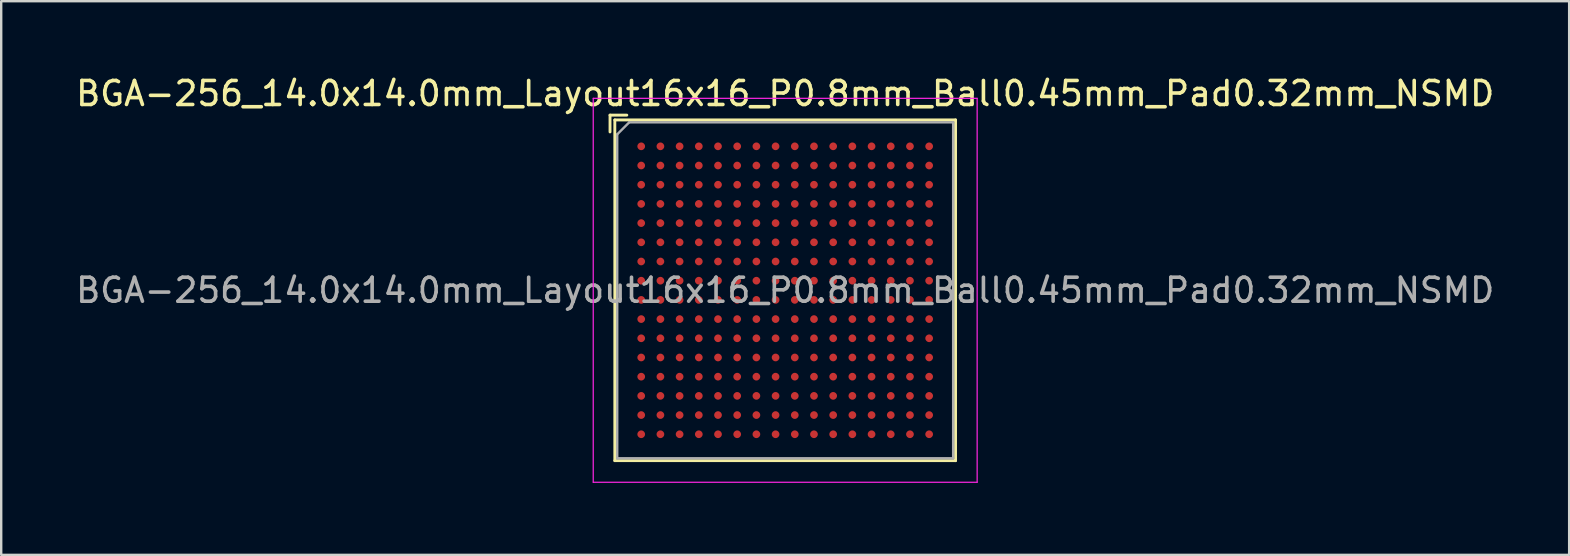
<source format=kicad_pcb>
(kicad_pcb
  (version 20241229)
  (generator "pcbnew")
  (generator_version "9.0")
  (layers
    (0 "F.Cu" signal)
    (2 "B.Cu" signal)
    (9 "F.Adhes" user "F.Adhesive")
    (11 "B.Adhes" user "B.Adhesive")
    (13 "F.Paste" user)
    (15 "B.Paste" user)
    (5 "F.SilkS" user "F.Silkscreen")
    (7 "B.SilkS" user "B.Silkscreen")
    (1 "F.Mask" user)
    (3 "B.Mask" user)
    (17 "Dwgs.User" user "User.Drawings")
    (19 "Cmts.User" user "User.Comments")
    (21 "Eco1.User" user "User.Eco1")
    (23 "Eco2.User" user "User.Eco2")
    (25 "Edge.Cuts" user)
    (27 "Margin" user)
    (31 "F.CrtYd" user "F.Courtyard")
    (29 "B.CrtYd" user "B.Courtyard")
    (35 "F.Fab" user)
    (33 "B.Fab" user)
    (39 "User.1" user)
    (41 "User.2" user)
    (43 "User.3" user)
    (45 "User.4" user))
  (footprint "BGA-256_14.0x14.0mm_Layout16x16_P0.8mm_Ball0.45mm_Pad0.32mm_NSMD"
    (layer "F.Cu")
    (at 29.673 9.048)
    (property "Reference" "BGA-256_14.0x14.0mm_Layout16x16_P0.8mm_Ball0.45mm_Pad0.32mm_NSMD" (at 0 -8.2 0) (layer "F.SilkS") (effects (font (size 1 1) (thickness 0.15))))
    (attr smd)
    (fp_line (start -7.3 -7.3) (end -7.3 -6.6) (stroke (width 0.12) (type solid)) (layer "F.SilkS"))
    (fp_line (start -7.1 -7.1) (end -7.1 7.1) (stroke (width 0.12) (type solid)) (layer "F.SilkS"))
    (fp_line (start -7.1 7.1) (end 7.1 7.1) (stroke (width 0.12) (type solid)) (layer "F.SilkS"))
    (fp_line (start -6.6 -7.3) (end -7.3 -7.3) (stroke (width 0.12) (type solid)) (layer "F.SilkS"))
    (fp_line (start 7.1 -7.1) (end -7.1 -7.1) (stroke (width 0.12) (type solid)) (layer "F.SilkS"))
    (fp_line (start 7.1 7.1) (end 7.1 -7.1) (stroke (width 0.12) (type solid)) (layer "F.SilkS"))
    (fp_line (start -8 -8) (end -8 8) (stroke (width 0.05) (type solid)) (layer "F.CrtYd"))
    (fp_line (start -8 -8) (end 8 -8) (stroke (width 0.05) (type solid)) (layer "F.CrtYd"))
    (fp_line (start 8 8) (end -8 8) (stroke (width 0.05) (type solid)) (layer "F.CrtYd"))
    (fp_line (start 8 8) (end 8 -8) (stroke (width 0.05) (type solid)) (layer "F.CrtYd"))
    (fp_line (start -7 -6.5) (end -7 7) (stroke (width 0.1) (type solid)) (layer "F.Fab"))
    (fp_line (start -7 7) (end 7 7) (stroke (width 0.1) (type solid)) (layer "F.Fab"))
    (fp_line (start -6.5 -7) (end -7 -6.5) (stroke (width 0.1) (type solid)) (layer "F.Fab"))
    (fp_line (start 7 -7) (end -6.5 -7) (stroke (width 0.1) (type solid)) (layer "F.Fab"))
    (fp_line (start 7 7) (end 7 -7) (stroke (width 0.1) (type solid)) (layer "F.Fab"))
    (fp_text user "${REFERENCE}" (at 0 0 0) (layer "F.Fab") (effects (font (size 1 1) (thickness 0.15))))
    (pad "A1" smd circle (at -6 -6) (size 0.32 0.32) (layers "F.Cu" "F.Mask" "F.Paste"))
    (pad "A2" smd circle (at -5.2 -6) (size 0.32 0.32) (layers "F.Cu" "F.Mask" "F.Paste"))
    (pad "A3" smd circle (at -4.4 -6) (size 0.32 0.32) (layers "F.Cu" "F.Mask" "F.Paste"))
    (pad "A4" smd circle (at -3.6 -6) (size 0.32 0.32) (layers "F.Cu" "F.Mask" "F.Paste"))
    (pad "A5" smd circle (at -2.8 -6) (size 0.32 0.32) (layers "F.Cu" "F.Mask" "F.Paste"))
    (pad "A6" smd circle (at -2 -6) (size 0.32 0.32) (layers "F.Cu" "F.Mask" "F.Paste"))
    (pad "A7" smd circle (at -1.2 -6) (size 0.32 0.32) (layers "F.Cu" "F.Mask" "F.Paste"))
    (pad "A8" smd circle (at -0.4 -6) (size 0.32 0.32) (layers "F.Cu" "F.Mask" "F.Paste"))
    (pad "A9" smd circle (at 0.4 -6) (size 0.32 0.32) (layers "F.Cu" "F.Mask" "F.Paste"))
    (pad "A10" smd circle (at 1.2 -6) (size 0.32 0.32) (layers "F.Cu" "F.Mask" "F.Paste"))
    (pad "A11" smd circle (at 2 -6) (size 0.32 0.32) (layers "F.Cu" "F.Mask" "F.Paste"))
    (pad "A12" smd circle (at 2.8 -6) (size 0.32 0.32) (layers "F.Cu" "F.Mask" "F.Paste"))
    (pad "A13" smd circle (at 3.6 -6) (size 0.32 0.32) (layers "F.Cu" "F.Mask" "F.Paste"))
    (pad "A14" smd circle (at 4.4 -6) (size 0.32 0.32) (layers "F.Cu" "F.Mask" "F.Paste"))
    (pad "A15" smd circle (at 5.2 -6) (size 0.32 0.32) (layers "F.Cu" "F.Mask" "F.Paste"))
    (pad "A16" smd circle (at 6 -6) (size 0.32 0.32) (layers "F.Cu" "F.Mask" "F.Paste"))
    (pad "B1" smd circle (at -6 -5.2) (size 0.32 0.32) (layers "F.Cu" "F.Mask" "F.Paste"))
    (pad "B2" smd circle (at -5.2 -5.2) (size 0.32 0.32) (layers "F.Cu" "F.Mask" "F.Paste"))
    (pad "B3" smd circle (at -4.4 -5.2) (size 0.32 0.32) (layers "F.Cu" "F.Mask" "F.Paste"))
    (pad "B4" smd circle (at -3.6 -5.2) (size 0.32 0.32) (layers "F.Cu" "F.Mask" "F.Paste"))
    (pad "B5" smd circle (at -2.8 -5.2) (size 0.32 0.32) (layers "F.Cu" "F.Mask" "F.Paste"))
    (pad "B6" smd circle (at -2 -5.2) (size 0.32 0.32) (layers "F.Cu" "F.Mask" "F.Paste"))
    (pad "B7" smd circle (at -1.2 -5.2) (size 0.32 0.32) (layers "F.Cu" "F.Mask" "F.Paste"))
    (pad "B8" smd circle (at -0.4 -5.2) (size 0.32 0.32) (layers "F.Cu" "F.Mask" "F.Paste"))
    (pad "B9" smd circle (at 0.4 -5.2) (size 0.32 0.32) (layers "F.Cu" "F.Mask" "F.Paste"))
    (pad "B10" smd circle (at 1.2 -5.2) (size 0.32 0.32) (layers "F.Cu" "F.Mask" "F.Paste"))
    (pad "B11" smd circle (at 2 -5.2) (size 0.32 0.32) (layers "F.Cu" "F.Mask" "F.Paste"))
    (pad "B12" smd circle (at 2.8 -5.2) (size 0.32 0.32) (layers "F.Cu" "F.Mask" "F.Paste"))
    (pad "B13" smd circle (at 3.6 -5.2) (size 0.32 0.32) (layers "F.Cu" "F.Mask" "F.Paste"))
    (pad "B14" smd circle (at 4.4 -5.2) (size 0.32 0.32) (layers "F.Cu" "F.Mask" "F.Paste"))
    (pad "B15" smd circle (at 5.2 -5.2) (size 0.32 0.32) (layers "F.Cu" "F.Mask" "F.Paste"))
    (pad "B16" smd circle (at 6 -5.2) (size 0.32 0.32) (layers "F.Cu" "F.Mask" "F.Paste"))
    (pad "C1" smd circle (at -6 -4.4) (size 0.32 0.32) (layers "F.Cu" "F.Mask" "F.Paste"))
    (pad "C2" smd circle (at -5.2 -4.4) (size 0.32 0.32) (layers "F.Cu" "F.Mask" "F.Paste"))
    (pad "C3" smd circle (at -4.4 -4.4) (size 0.32 0.32) (layers "F.Cu" "F.Mask" "F.Paste"))
    (pad "C4" smd circle (at -3.6 -4.4) (size 0.32 0.32) (layers "F.Cu" "F.Mask" "F.Paste"))
    (pad "C5" smd circle (at -2.8 -4.4) (size 0.32 0.32) (layers "F.Cu" "F.Mask" "F.Paste"))
    (pad "C6" smd circle (at -2 -4.4) (size 0.32 0.32) (layers "F.Cu" "F.Mask" "F.Paste"))
    (pad "C7" smd circle (at -1.2 -4.4) (size 0.32 0.32) (layers "F.Cu" "F.Mask" "F.Paste"))
    (pad "C8" smd circle (at -0.4 -4.4) (size 0.32 0.32) (layers "F.Cu" "F.Mask" "F.Paste"))
    (pad "C9" smd circle (at 0.4 -4.4) (size 0.32 0.32) (layers "F.Cu" "F.Mask" "F.Paste"))
    (pad "C10" smd circle (at 1.2 -4.4) (size 0.32 0.32) (layers "F.Cu" "F.Mask" "F.Paste"))
    (pad "C11" smd circle (at 2 -4.4) (size 0.32 0.32) (layers "F.Cu" "F.Mask" "F.Paste"))
    (pad "C12" smd circle (at 2.8 -4.4) (size 0.32 0.32) (layers "F.Cu" "F.Mask" "F.Paste"))
    (pad "C13" smd circle (at 3.6 -4.4) (size 0.32 0.32) (layers "F.Cu" "F.Mask" "F.Paste"))
    (pad "C14" smd circle (at 4.4 -4.4) (size 0.32 0.32) (layers "F.Cu" "F.Mask" "F.Paste"))
    (pad "C15" smd circle (at 5.2 -4.4) (size 0.32 0.32) (layers "F.Cu" "F.Mask" "F.Paste"))
    (pad "C16" smd circle (at 6 -4.4) (size 0.32 0.32) (layers "F.Cu" "F.Mask" "F.Paste"))
    (pad "D1" smd circle (at -6 -3.6) (size 0.32 0.32) (layers "F.Cu" "F.Mask" "F.Paste"))
    (pad "D2" smd circle (at -5.2 -3.6) (size 0.32 0.32) (layers "F.Cu" "F.Mask" "F.Paste"))
    (pad "D3" smd circle (at -4.4 -3.6) (size 0.32 0.32) (layers "F.Cu" "F.Mask" "F.Paste"))
    (pad "D4" smd circle (at -3.6 -3.6) (size 0.32 0.32) (layers "F.Cu" "F.Mask" "F.Paste"))
    (pad "D5" smd circle (at -2.8 -3.6) (size 0.32 0.32) (layers "F.Cu" "F.Mask" "F.Paste"))
    (pad "D6" smd circle (at -2 -3.6) (size 0.32 0.32) (layers "F.Cu" "F.Mask" "F.Paste"))
    (pad "D7" smd circle (at -1.2 -3.6) (size 0.32 0.32) (layers "F.Cu" "F.Mask" "F.Paste"))
    (pad "D8" smd circle (at -0.4 -3.6) (size 0.32 0.32) (layers "F.Cu" "F.Mask" "F.Paste"))
    (pad "D9" smd circle (at 0.4 -3.6) (size 0.32 0.32) (layers "F.Cu" "F.Mask" "F.Paste"))
    (pad "D10" smd circle (at 1.2 -3.6) (size 0.32 0.32) (layers "F.Cu" "F.Mask" "F.Paste"))
    (pad "D11" smd circle (at 2 -3.6) (size 0.32 0.32) (layers "F.Cu" "F.Mask" "F.Paste"))
    (pad "D12" smd circle (at 2.8 -3.6) (size 0.32 0.32) (layers "F.Cu" "F.Mask" "F.Paste"))
    (pad "D13" smd circle (at 3.6 -3.6) (size 0.32 0.32) (layers "F.Cu" "F.Mask" "F.Paste"))
    (pad "D14" smd circle (at 4.4 -3.6) (size 0.32 0.32) (layers "F.Cu" "F.Mask" "F.Paste"))
    (pad "D15" smd circle (at 5.2 -3.6) (size 0.32 0.32) (layers "F.Cu" "F.Mask" "F.Paste"))
    (pad "D16" smd circle (at 6 -3.6) (size 0.32 0.32) (layers "F.Cu" "F.Mask" "F.Paste"))
    (pad "E1" smd circle (at -6 -2.8) (size 0.32 0.32) (layers "F.Cu" "F.Mask" "F.Paste"))
    (pad "E2" smd circle (at -5.2 -2.8) (size 0.32 0.32) (layers "F.Cu" "F.Mask" "F.Paste"))
    (pad "E3" smd circle (at -4.4 -2.8) (size 0.32 0.32) (layers "F.Cu" "F.Mask" "F.Paste"))
    (pad "E4" smd circle (at -3.6 -2.8) (size 0.32 0.32) (layers "F.Cu" "F.Mask" "F.Paste"))
    (pad "E5" smd circle (at -2.8 -2.8) (size 0.32 0.32) (layers "F.Cu" "F.Mask" "F.Paste"))
    (pad "E6" smd circle (at -2 -2.8) (size 0.32 0.32) (layers "F.Cu" "F.Mask" "F.Paste"))
    (pad "E7" smd circle (at -1.2 -2.8) (size 0.32 0.32) (layers "F.Cu" "F.Mask" "F.Paste"))
    (pad "E8" smd circle (at -0.4 -2.8) (size 0.32 0.32) (layers "F.Cu" "F.Mask" "F.Paste"))
    (pad "E9" smd circle (at 0.4 -2.8) (size 0.32 0.32) (layers "F.Cu" "F.Mask" "F.Paste"))
    (pad "E10" smd circle (at 1.2 -2.8) (size 0.32 0.32) (layers "F.Cu" "F.Mask" "F.Paste"))
    (pad "E11" smd circle (at 2 -2.8) (size 0.32 0.32) (layers "F.Cu" "F.Mask" "F.Paste"))
    (pad "E12" smd circle (at 2.8 -2.8) (size 0.32 0.32) (layers "F.Cu" "F.Mask" "F.Paste"))
    (pad "E13" smd circle (at 3.6 -2.8) (size 0.32 0.32) (layers "F.Cu" "F.Mask" "F.Paste"))
    (pad "E14" smd circle (at 4.4 -2.8) (size 0.32 0.32) (layers "F.Cu" "F.Mask" "F.Paste"))
    (pad "E15" smd circle (at 5.2 -2.8) (size 0.32 0.32) (layers "F.Cu" "F.Mask" "F.Paste"))
    (pad "E16" smd circle (at 6 -2.8) (size 0.32 0.32) (layers "F.Cu" "F.Mask" "F.Paste"))
    (pad "F1" smd circle (at -6 -2) (size 0.32 0.32) (layers "F.Cu" "F.Mask" "F.Paste"))
    (pad "F2" smd circle (at -5.2 -2) (size 0.32 0.32) (layers "F.Cu" "F.Mask" "F.Paste"))
    (pad "F3" smd circle (at -4.4 -2) (size 0.32 0.32) (layers "F.Cu" "F.Mask" "F.Paste"))
    (pad "F4" smd circle (at -3.6 -2) (size 0.32 0.32) (layers "F.Cu" "F.Mask" "F.Paste"))
    (pad "F5" smd circle (at -2.8 -2) (size 0.32 0.32) (layers "F.Cu" "F.Mask" "F.Paste"))
    (pad "F6" smd circle (at -2 -2) (size 0.32 0.32) (layers "F.Cu" "F.Mask" "F.Paste"))
    (pad "F7" smd circle (at -1.2 -2) (size 0.32 0.32) (layers "F.Cu" "F.Mask" "F.Paste"))
    (pad "F8" smd circle (at -0.4 -2) (size 0.32 0.32) (layers "F.Cu" "F.Mask" "F.Paste"))
    (pad "F9" smd circle (at 0.4 -2) (size 0.32 0.32) (layers "F.Cu" "F.Mask" "F.Paste"))
    (pad "F10" smd circle (at 1.2 -2) (size 0.32 0.32) (layers "F.Cu" "F.Mask" "F.Paste"))
    (pad "F11" smd circle (at 2 -2) (size 0.32 0.32) (layers "F.Cu" "F.Mask" "F.Paste"))
    (pad "F12" smd circle (at 2.8 -2) (size 0.32 0.32) (layers "F.Cu" "F.Mask" "F.Paste"))
    (pad "F13" smd circle (at 3.6 -2) (size 0.32 0.32) (layers "F.Cu" "F.Mask" "F.Paste"))
    (pad "F14" smd circle (at 4.4 -2) (size 0.32 0.32) (layers "F.Cu" "F.Mask" "F.Paste"))
    (pad "F15" smd circle (at 5.2 -2) (size 0.32 0.32) (layers "F.Cu" "F.Mask" "F.Paste"))
    (pad "F16" smd circle (at 6 -2) (size 0.32 0.32) (layers "F.Cu" "F.Mask" "F.Paste"))
    (pad "G1" smd circle (at -6 -1.2) (size 0.32 0.32) (layers "F.Cu" "F.Mask" "F.Paste"))
    (pad "G2" smd circle (at -5.2 -1.2) (size 0.32 0.32) (layers "F.Cu" "F.Mask" "F.Paste"))
    (pad "G3" smd circle (at -4.4 -1.2) (size 0.32 0.32) (layers "F.Cu" "F.Mask" "F.Paste"))
    (pad "G4" smd circle (at -3.6 -1.2) (size 0.32 0.32) (layers "F.Cu" "F.Mask" "F.Paste"))
    (pad "G5" smd circle (at -2.8 -1.2) (size 0.32 0.32) (layers "F.Cu" "F.Mask" "F.Paste"))
    (pad "G6" smd circle (at -2 -1.2) (size 0.32 0.32) (layers "F.Cu" "F.Mask" "F.Paste"))
    (pad "G7" smd circle (at -1.2 -1.2) (size 0.32 0.32) (layers "F.Cu" "F.Mask" "F.Paste"))
    (pad "G8" smd circle (at -0.4 -1.2) (size 0.32 0.32) (layers "F.Cu" "F.Mask" "F.Paste"))
    (pad "G9" smd circle (at 0.4 -1.2) (size 0.32 0.32) (layers "F.Cu" "F.Mask" "F.Paste"))
    (pad "G10" smd circle (at 1.2 -1.2) (size 0.32 0.32) (layers "F.Cu" "F.Mask" "F.Paste"))
    (pad "G11" smd circle (at 2 -1.2) (size 0.32 0.32) (layers "F.Cu" "F.Mask" "F.Paste"))
    (pad "G12" smd circle (at 2.8 -1.2) (size 0.32 0.32) (layers "F.Cu" "F.Mask" "F.Paste"))
    (pad "G13" smd circle (at 3.6 -1.2) (size 0.32 0.32) (layers "F.Cu" "F.Mask" "F.Paste"))
    (pad "G14" smd circle (at 4.4 -1.2) (size 0.32 0.32) (layers "F.Cu" "F.Mask" "F.Paste"))
    (pad "G15" smd circle (at 5.2 -1.2) (size 0.32 0.32) (layers "F.Cu" "F.Mask" "F.Paste"))
    (pad "G16" smd circle (at 6 -1.2) (size 0.32 0.32) (layers "F.Cu" "F.Mask" "F.Paste"))
    (pad "H1" smd circle (at -6 -0.4) (size 0.32 0.32) (layers "F.Cu" "F.Mask" "F.Paste"))
    (pad "H2" smd circle (at -5.2 -0.4) (size 0.32 0.32) (layers "F.Cu" "F.Mask" "F.Paste"))
    (pad "H3" smd circle (at -4.4 -0.4) (size 0.32 0.32) (layers "F.Cu" "F.Mask" "F.Paste"))
    (pad "H4" smd circle (at -3.6 -0.4) (size 0.32 0.32) (layers "F.Cu" "F.Mask" "F.Paste"))
    (pad "H5" smd circle (at -2.8 -0.4) (size 0.32 0.32) (layers "F.Cu" "F.Mask" "F.Paste"))
    (pad "H6" smd circle (at -2 -0.4) (size 0.32 0.32) (layers "F.Cu" "F.Mask" "F.Paste"))
    (pad "H7" smd circle (at -1.2 -0.4) (size 0.32 0.32) (layers "F.Cu" "F.Mask" "F.Paste"))
    (pad "H8" smd circle (at -0.4 -0.4) (size 0.32 0.32) (layers "F.Cu" "F.Mask" "F.Paste"))
    (pad "H9" smd circle (at 0.4 -0.4) (size 0.32 0.32) (layers "F.Cu" "F.Mask" "F.Paste"))
    (pad "H10" smd circle (at 1.2 -0.4) (size 0.32 0.32) (layers "F.Cu" "F.Mask" "F.Paste"))
    (pad "H11" smd circle (at 2 -0.4) (size 0.32 0.32) (layers "F.Cu" "F.Mask" "F.Paste"))
    (pad "H12" smd circle (at 2.8 -0.4) (size 0.32 0.32) (layers "F.Cu" "F.Mask" "F.Paste"))
    (pad "H13" smd circle (at 3.6 -0.4) (size 0.32 0.32) (layers "F.Cu" "F.Mask" "F.Paste"))
    (pad "H14" smd circle (at 4.4 -0.4) (size 0.32 0.32) (layers "F.Cu" "F.Mask" "F.Paste"))
    (pad "H15" smd circle (at 5.2 -0.4) (size 0.32 0.32) (layers "F.Cu" "F.Mask" "F.Paste"))
    (pad "H16" smd circle (at 6 -0.4) (size 0.32 0.32) (layers "F.Cu" "F.Mask" "F.Paste"))
    (pad "J1" smd circle (at -6 0.4) (size 0.32 0.32) (layers "F.Cu" "F.Mask" "F.Paste"))
    (pad "J2" smd circle (at -5.2 0.4) (size 0.32 0.32) (layers "F.Cu" "F.Mask" "F.Paste"))
    (pad "J3" smd circle (at -4.4 0.4) (size 0.32 0.32) (layers "F.Cu" "F.Mask" "F.Paste"))
    (pad "J4" smd circle (at -3.6 0.4) (size 0.32 0.32) (layers "F.Cu" "F.Mask" "F.Paste"))
    (pad "J5" smd circle (at -2.8 0.4) (size 0.32 0.32) (layers "F.Cu" "F.Mask" "F.Paste"))
    (pad "J6" smd circle (at -2 0.4) (size 0.32 0.32) (layers "F.Cu" "F.Mask" "F.Paste"))
    (pad "J7" smd circle (at -1.2 0.4) (size 0.32 0.32) (layers "F.Cu" "F.Mask" "F.Paste"))
    (pad "J8" smd circle (at -0.4 0.4) (size 0.32 0.32) (layers "F.Cu" "F.Mask" "F.Paste"))
    (pad "J9" smd circle (at 0.4 0.4) (size 0.32 0.32) (layers "F.Cu" "F.Mask" "F.Paste"))
    (pad "J10" smd circle (at 1.2 0.4) (size 0.32 0.32) (layers "F.Cu" "F.Mask" "F.Paste"))
    (pad "J11" smd circle (at 2 0.4) (size 0.32 0.32) (layers "F.Cu" "F.Mask" "F.Paste"))
    (pad "J12" smd circle (at 2.8 0.4) (size 0.32 0.32) (layers "F.Cu" "F.Mask" "F.Paste"))
    (pad "J13" smd circle (at 3.6 0.4) (size 0.32 0.32) (layers "F.Cu" "F.Mask" "F.Paste"))
    (pad "J14" smd circle (at 4.4 0.4) (size 0.32 0.32) (layers "F.Cu" "F.Mask" "F.Paste"))
    (pad "J15" smd circle (at 5.2 0.4) (size 0.32 0.32) (layers "F.Cu" "F.Mask" "F.Paste"))
    (pad "J16" smd circle (at 6 0.4) (size 0.32 0.32) (layers "F.Cu" "F.Mask" "F.Paste"))
    (pad "K1" smd circle (at -6 1.2) (size 0.32 0.32) (layers "F.Cu" "F.Mask" "F.Paste"))
    (pad "K2" smd circle (at -5.2 1.2) (size 0.32 0.32) (layers "F.Cu" "F.Mask" "F.Paste"))
    (pad "K3" smd circle (at -4.4 1.2) (size 0.32 0.32) (layers "F.Cu" "F.Mask" "F.Paste"))
    (pad "K4" smd circle (at -3.6 1.2) (size 0.32 0.32) (layers "F.Cu" "F.Mask" "F.Paste"))
    (pad "K5" smd circle (at -2.8 1.2) (size 0.32 0.32) (layers "F.Cu" "F.Mask" "F.Paste"))
    (pad "K6" smd circle (at -2 1.2) (size 0.32 0.32) (layers "F.Cu" "F.Mask" "F.Paste"))
    (pad "K7" smd circle (at -1.2 1.2) (size 0.32 0.32) (layers "F.Cu" "F.Mask" "F.Paste"))
    (pad "K8" smd circle (at -0.4 1.2) (size 0.32 0.32) (layers "F.Cu" "F.Mask" "F.Paste"))
    (pad "K9" smd circle (at 0.4 1.2) (size 0.32 0.32) (layers "F.Cu" "F.Mask" "F.Paste"))
    (pad "K10" smd circle (at 1.2 1.2) (size 0.32 0.32) (layers "F.Cu" "F.Mask" "F.Paste"))
    (pad "K11" smd circle (at 2 1.2) (size 0.32 0.32) (layers "F.Cu" "F.Mask" "F.Paste"))
    (pad "K12" smd circle (at 2.8 1.2) (size 0.32 0.32) (layers "F.Cu" "F.Mask" "F.Paste"))
    (pad "K13" smd circle (at 3.6 1.2) (size 0.32 0.32) (layers "F.Cu" "F.Mask" "F.Paste"))
    (pad "K14" smd circle (at 4.4 1.2) (size 0.32 0.32) (layers "F.Cu" "F.Mask" "F.Paste"))
    (pad "K15" smd circle (at 5.2 1.2) (size 0.32 0.32) (layers "F.Cu" "F.Mask" "F.Paste"))
    (pad "K16" smd circle (at 6 1.2) (size 0.32 0.32) (layers "F.Cu" "F.Mask" "F.Paste"))
    (pad "L1" smd circle (at -6 2) (size 0.32 0.32) (layers "F.Cu" "F.Mask" "F.Paste"))
    (pad "L2" smd circle (at -5.2 2) (size 0.32 0.32) (layers "F.Cu" "F.Mask" "F.Paste"))
    (pad "L3" smd circle (at -4.4 2) (size 0.32 0.32) (layers "F.Cu" "F.Mask" "F.Paste"))
    (pad "L4" smd circle (at -3.6 2) (size 0.32 0.32) (layers "F.Cu" "F.Mask" "F.Paste"))
    (pad "L5" smd circle (at -2.8 2) (size 0.32 0.32) (layers "F.Cu" "F.Mask" "F.Paste"))
    (pad "L6" smd circle (at -2 2) (size 0.32 0.32) (layers "F.Cu" "F.Mask" "F.Paste"))
    (pad "L7" smd circle (at -1.2 2) (size 0.32 0.32) (layers "F.Cu" "F.Mask" "F.Paste"))
    (pad "L8" smd circle (at -0.4 2) (size 0.32 0.32) (layers "F.Cu" "F.Mask" "F.Paste"))
    (pad "L9" smd circle (at 0.4 2) (size 0.32 0.32) (layers "F.Cu" "F.Mask" "F.Paste"))
    (pad "L10" smd circle (at 1.2 2) (size 0.32 0.32) (layers "F.Cu" "F.Mask" "F.Paste"))
    (pad "L11" smd circle (at 2 2) (size 0.32 0.32) (layers "F.Cu" "F.Mask" "F.Paste"))
    (pad "L12" smd circle (at 2.8 2) (size 0.32 0.32) (layers "F.Cu" "F.Mask" "F.Paste"))
    (pad "L13" smd circle (at 3.6 2) (size 0.32 0.32) (layers "F.Cu" "F.Mask" "F.Paste"))
    (pad "L14" smd circle (at 4.4 2) (size 0.32 0.32) (layers "F.Cu" "F.Mask" "F.Paste"))
    (pad "L15" smd circle (at 5.2 2) (size 0.32 0.32) (layers "F.Cu" "F.Mask" "F.Paste"))
    (pad "L16" smd circle (at 6 2) (size 0.32 0.32) (layers "F.Cu" "F.Mask" "F.Paste"))
    (pad "M1" smd circle (at -6 2.8) (size 0.32 0.32) (layers "F.Cu" "F.Mask" "F.Paste"))
    (pad "M2" smd circle (at -5.2 2.8) (size 0.32 0.32) (layers "F.Cu" "F.Mask" "F.Paste"))
    (pad "M3" smd circle (at -4.4 2.8) (size 0.32 0.32) (layers "F.Cu" "F.Mask" "F.Paste"))
    (pad "M4" smd circle (at -3.6 2.8) (size 0.32 0.32) (layers "F.Cu" "F.Mask" "F.Paste"))
    (pad "M5" smd circle (at -2.8 2.8) (size 0.32 0.32) (layers "F.Cu" "F.Mask" "F.Paste"))
    (pad "M6" smd circle (at -2 2.8) (size 0.32 0.32) (layers "F.Cu" "F.Mask" "F.Paste"))
    (pad "M7" smd circle (at -1.2 2.8) (size 0.32 0.32) (layers "F.Cu" "F.Mask" "F.Paste"))
    (pad "M8" smd circle (at -0.4 2.8) (size 0.32 0.32) (layers "F.Cu" "F.Mask" "F.Paste"))
    (pad "M9" smd circle (at 0.4 2.8) (size 0.32 0.32) (layers "F.Cu" "F.Mask" "F.Paste"))
    (pad "M10" smd circle (at 1.2 2.8) (size 0.32 0.32) (layers "F.Cu" "F.Mask" "F.Paste"))
    (pad "M11" smd circle (at 2 2.8) (size 0.32 0.32) (layers "F.Cu" "F.Mask" "F.Paste"))
    (pad "M12" smd circle (at 2.8 2.8) (size 0.32 0.32) (layers "F.Cu" "F.Mask" "F.Paste"))
    (pad "M13" smd circle (at 3.6 2.8) (size 0.32 0.32) (layers "F.Cu" "F.Mask" "F.Paste"))
    (pad "M14" smd circle (at 4.4 2.8) (size 0.32 0.32) (layers "F.Cu" "F.Mask" "F.Paste"))
    (pad "M15" smd circle (at 5.2 2.8) (size 0.32 0.32) (layers "F.Cu" "F.Mask" "F.Paste"))
    (pad "M16" smd circle (at 6 2.8) (size 0.32 0.32) (layers "F.Cu" "F.Mask" "F.Paste"))
    (pad "N1" smd circle (at -6 3.6) (size 0.32 0.32) (layers "F.Cu" "F.Mask" "F.Paste"))
    (pad "N2" smd circle (at -5.2 3.6) (size 0.32 0.32) (layers "F.Cu" "F.Mask" "F.Paste"))
    (pad "N3" smd circle (at -4.4 3.6) (size 0.32 0.32) (layers "F.Cu" "F.Mask" "F.Paste"))
    (pad "N4" smd circle (at -3.6 3.6) (size 0.32 0.32) (layers "F.Cu" "F.Mask" "F.Paste"))
    (pad "N5" smd circle (at -2.8 3.6) (size 0.32 0.32) (layers "F.Cu" "F.Mask" "F.Paste"))
    (pad "N6" smd circle (at -2 3.6) (size 0.32 0.32) (layers "F.Cu" "F.Mask" "F.Paste"))
    (pad "N7" smd circle (at -1.2 3.6) (size 0.32 0.32) (layers "F.Cu" "F.Mask" "F.Paste"))
    (pad "N8" smd circle (at -0.4 3.6) (size 0.32 0.32) (layers "F.Cu" "F.Mask" "F.Paste"))
    (pad "N9" smd circle (at 0.4 3.6) (size 0.32 0.32) (layers "F.Cu" "F.Mask" "F.Paste"))
    (pad "N10" smd circle (at 1.2 3.6) (size 0.32 0.32) (layers "F.Cu" "F.Mask" "F.Paste"))
    (pad "N11" smd circle (at 2 3.6) (size 0.32 0.32) (layers "F.Cu" "F.Mask" "F.Paste"))
    (pad "N12" smd circle (at 2.8 3.6) (size 0.32 0.32) (layers "F.Cu" "F.Mask" "F.Paste"))
    (pad "N13" smd circle (at 3.6 3.6) (size 0.32 0.32) (layers "F.Cu" "F.Mask" "F.Paste"))
    (pad "N14" smd circle (at 4.4 3.6) (size 0.32 0.32) (layers "F.Cu" "F.Mask" "F.Paste"))
    (pad "N15" smd circle (at 5.2 3.6) (size 0.32 0.32) (layers "F.Cu" "F.Mask" "F.Paste"))
    (pad "N16" smd circle (at 6 3.6) (size 0.32 0.32) (layers "F.Cu" "F.Mask" "F.Paste"))
    (pad "P1" smd circle (at -6 4.4) (size 0.32 0.32) (layers "F.Cu" "F.Mask" "F.Paste"))
    (pad "P2" smd circle (at -5.2 4.4) (size 0.32 0.32) (layers "F.Cu" "F.Mask" "F.Paste"))
    (pad "P3" smd circle (at -4.4 4.4) (size 0.32 0.32) (layers "F.Cu" "F.Mask" "F.Paste"))
    (pad "P4" smd circle (at -3.6 4.4) (size 0.32 0.32) (layers "F.Cu" "F.Mask" "F.Paste"))
    (pad "P5" smd circle (at -2.8 4.4) (size 0.32 0.32) (layers "F.Cu" "F.Mask" "F.Paste"))
    (pad "P6" smd circle (at -2 4.4) (size 0.32 0.32) (layers "F.Cu" "F.Mask" "F.Paste"))
    (pad "P7" smd circle (at -1.2 4.4) (size 0.32 0.32) (layers "F.Cu" "F.Mask" "F.Paste"))
    (pad "P8" smd circle (at -0.4 4.4) (size 0.32 0.32) (layers "F.Cu" "F.Mask" "F.Paste"))
    (pad "P9" smd circle (at 0.4 4.4) (size 0.32 0.32) (layers "F.Cu" "F.Mask" "F.Paste"))
    (pad "P10" smd circle (at 1.2 4.4) (size 0.32 0.32) (layers "F.Cu" "F.Mask" "F.Paste"))
    (pad "P11" smd circle (at 2 4.4) (size 0.32 0.32) (layers "F.Cu" "F.Mask" "F.Paste"))
    (pad "P12" smd circle (at 2.8 4.4) (size 0.32 0.32) (layers "F.Cu" "F.Mask" "F.Paste"))
    (pad "P13" smd circle (at 3.6 4.4) (size 0.32 0.32) (layers "F.Cu" "F.Mask" "F.Paste"))
    (pad "P14" smd circle (at 4.4 4.4) (size 0.32 0.32) (layers "F.Cu" "F.Mask" "F.Paste"))
    (pad "P15" smd circle (at 5.2 4.4) (size 0.32 0.32) (layers "F.Cu" "F.Mask" "F.Paste"))
    (pad "P16" smd circle (at 6 4.4) (size 0.32 0.32) (layers "F.Cu" "F.Mask" "F.Paste"))
    (pad "R1" smd circle (at -6 5.2) (size 0.32 0.32) (layers "F.Cu" "F.Mask" "F.Paste"))
    (pad "R2" smd circle (at -5.2 5.2) (size 0.32 0.32) (layers "F.Cu" "F.Mask" "F.Paste"))
    (pad "R3" smd circle (at -4.4 5.2) (size 0.32 0.32) (layers "F.Cu" "F.Mask" "F.Paste"))
    (pad "R4" smd circle (at -3.6 5.2) (size 0.32 0.32) (layers "F.Cu" "F.Mask" "F.Paste"))
    (pad "R5" smd circle (at -2.8 5.2) (size 0.32 0.32) (layers "F.Cu" "F.Mask" "F.Paste"))
    (pad "R6" smd circle (at -2 5.2) (size 0.32 0.32) (layers "F.Cu" "F.Mask" "F.Paste"))
    (pad "R7" smd circle (at -1.2 5.2) (size 0.32 0.32) (layers "F.Cu" "F.Mask" "F.Paste"))
    (pad "R8" smd circle (at -0.4 5.2) (size 0.32 0.32) (layers "F.Cu" "F.Mask" "F.Paste"))
    (pad "R9" smd circle (at 0.4 5.2) (size 0.32 0.32) (layers "F.Cu" "F.Mask" "F.Paste"))
    (pad "R10" smd circle (at 1.2 5.2) (size 0.32 0.32) (layers "F.Cu" "F.Mask" "F.Paste"))
    (pad "R11" smd circle (at 2 5.2) (size 0.32 0.32) (layers "F.Cu" "F.Mask" "F.Paste"))
    (pad "R12" smd circle (at 2.8 5.2) (size 0.32 0.32) (layers "F.Cu" "F.Mask" "F.Paste"))
    (pad "R13" smd circle (at 3.6 5.2) (size 0.32 0.32) (layers "F.Cu" "F.Mask" "F.Paste"))
    (pad "R14" smd circle (at 4.4 5.2) (size 0.32 0.32) (layers "F.Cu" "F.Mask" "F.Paste"))
    (pad "R15" smd circle (at 5.2 5.2) (size 0.32 0.32) (layers "F.Cu" "F.Mask" "F.Paste"))
    (pad "R16" smd circle (at 6 5.2) (size 0.32 0.32) (layers "F.Cu" "F.Mask" "F.Paste"))
    (pad "T1" smd circle (at -6 6) (size 0.32 0.32) (layers "F.Cu" "F.Mask" "F.Paste"))
    (pad "T2" smd circle (at -5.2 6) (size 0.32 0.32) (layers "F.Cu" "F.Mask" "F.Paste"))
    (pad "T3" smd circle (at -4.4 6) (size 0.32 0.32) (layers "F.Cu" "F.Mask" "F.Paste"))
    (pad "T4" smd circle (at -3.6 6) (size 0.32 0.32) (layers "F.Cu" "F.Mask" "F.Paste"))
    (pad "T5" smd circle (at -2.8 6) (size 0.32 0.32) (layers "F.Cu" "F.Mask" "F.Paste"))
    (pad "T6" smd circle (at -2 6) (size 0.32 0.32) (layers "F.Cu" "F.Mask" "F.Paste"))
    (pad "T7" smd circle (at -1.2 6) (size 0.32 0.32) (layers "F.Cu" "F.Mask" "F.Paste"))
    (pad "T8" smd circle (at -0.4 6) (size 0.32 0.32) (layers "F.Cu" "F.Mask" "F.Paste"))
    (pad "T9" smd circle (at 0.4 6) (size 0.32 0.32) (layers "F.Cu" "F.Mask" "F.Paste"))
    (pad "T10" smd circle (at 1.2 6) (size 0.32 0.32) (layers "F.Cu" "F.Mask" "F.Paste"))
    (pad "T11" smd circle (at 2 6) (size 0.32 0.32) (layers "F.Cu" "F.Mask" "F.Paste"))
    (pad "T12" smd circle (at 2.8 6) (size 0.32 0.32) (layers "F.Cu" "F.Mask" "F.Paste"))
    (pad "T13" smd circle (at 3.6 6) (size 0.32 0.32) (layers "F.Cu" "F.Mask" "F.Paste"))
    (pad "T14" smd circle (at 4.4 6) (size 0.32 0.32) (layers "F.Cu" "F.Mask" "F.Paste"))
    (pad "T15" smd circle (at 5.2 6) (size 0.32 0.32) (layers "F.Cu" "F.Mask" "F.Paste"))
    (pad "T16" smd circle (at 6 6) (size 0.32 0.32) (layers "F.Cu" "F.Mask" "F.Paste")))
  (gr_rect
    (start -3 -3)
    (end 62.345 20.073)
    (stroke (width 0.1) (type default))
    (fill no)
    (layer "Edge.Cuts")))
</source>
